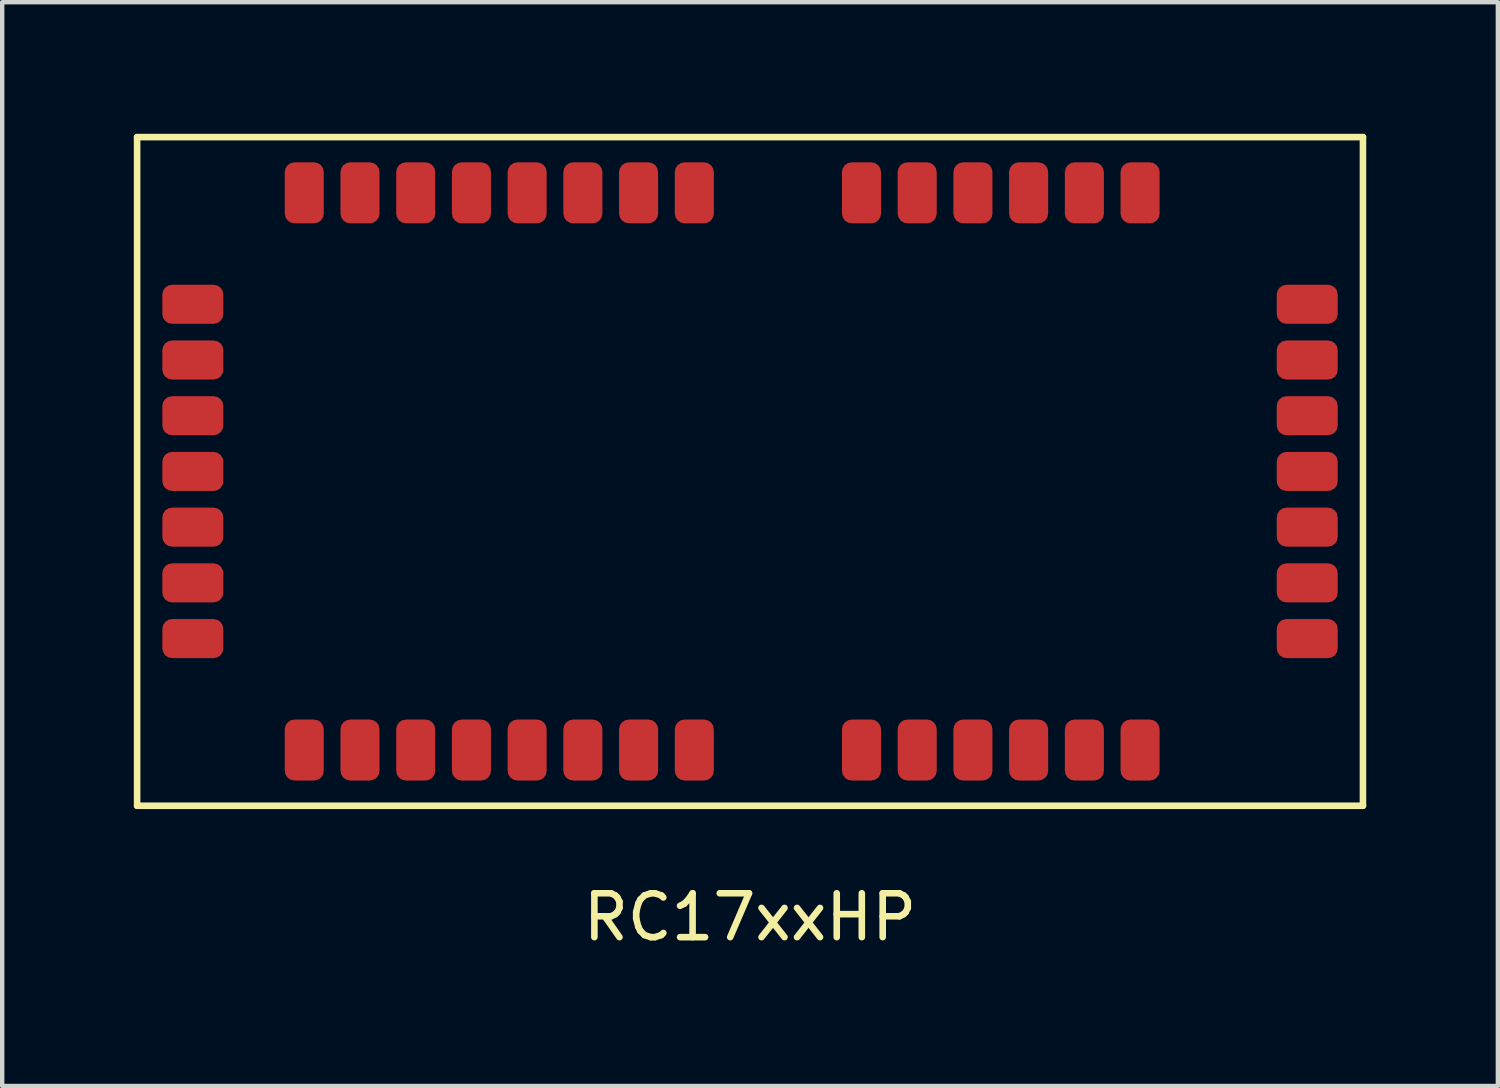
<source format=kicad_pcb>
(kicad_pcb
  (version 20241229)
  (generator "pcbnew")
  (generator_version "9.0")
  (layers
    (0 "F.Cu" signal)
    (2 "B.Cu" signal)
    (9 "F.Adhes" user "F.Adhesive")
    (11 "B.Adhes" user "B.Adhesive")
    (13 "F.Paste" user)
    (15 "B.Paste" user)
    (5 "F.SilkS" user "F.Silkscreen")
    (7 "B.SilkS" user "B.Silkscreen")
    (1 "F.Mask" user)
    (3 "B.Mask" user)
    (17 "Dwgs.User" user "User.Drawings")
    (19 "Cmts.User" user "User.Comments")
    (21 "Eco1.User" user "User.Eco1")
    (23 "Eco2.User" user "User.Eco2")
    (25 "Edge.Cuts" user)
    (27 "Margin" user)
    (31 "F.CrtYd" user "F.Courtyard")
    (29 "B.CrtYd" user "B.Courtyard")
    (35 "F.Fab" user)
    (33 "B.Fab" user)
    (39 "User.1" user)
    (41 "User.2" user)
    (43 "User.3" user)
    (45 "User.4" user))
  (footprint "RC17xxHP"
    (layer "F.Cu")
    (at 14.045 7.695)
    (property "Reference" "RC17xxHP" (at 0 10.16 0) (layer "F.SilkS") (effects (font (size 1 1) (thickness 0.15))))
    (attr through_hole)
    (fp_line (start -13.97 -7.62) (end -13.97 7.62) (stroke (width 0.15) (type solid)) (layer "F.SilkS"))
    (fp_line (start -13.97 7.62) (end 13.97 7.62) (stroke (width 0.15) (type solid)) (layer "F.SilkS"))
    (fp_line (start 13.97 -7.62) (end -13.97 -7.62) (stroke (width 0.15) (type solid)) (layer "F.SilkS"))
    (fp_line (start 13.97 7.62) (end 13.97 -7.62) (stroke (width 0.15) (type solid)) (layer "F.SilkS"))
    (pad "1" smd roundrect (at -12.7 -3.81 90) (size 0.89 1.39) (layers "F.Cu" "F.Mask" "F.Paste") (roundrect_rratio 0.25))
    (pad "2" smd roundrect (at -12.7 -2.54 90) (size 0.89 1.39) (layers "F.Cu" "F.Mask" "F.Paste") (roundrect_rratio 0.25))
    (pad "3" smd roundrect (at -12.7 -1.27 90) (size 0.89 1.39) (layers "F.Cu" "F.Mask" "F.Paste") (roundrect_rratio 0.25))
    (pad "4" smd roundrect (at -12.7 0 90) (size 0.89 1.39) (layers "F.Cu" "F.Mask" "F.Paste") (roundrect_rratio 0.25))
    (pad "5" smd roundrect (at -12.7 1.27 90) (size 0.89 1.39) (layers "F.Cu" "F.Mask" "F.Paste") (roundrect_rratio 0.25))
    (pad "6" smd roundrect (at -12.7 2.54 90) (size 0.89 1.39) (layers "F.Cu" "F.Mask" "F.Paste") (roundrect_rratio 0.25))
    (pad "7" smd roundrect (at -12.7 3.81 90) (size 0.89 1.39) (layers "F.Cu" "F.Mask" "F.Paste") (roundrect_rratio 0.25))
    (pad "8" smd roundrect (at 12.7 3.81 90) (size 0.89 1.39) (layers "F.Cu" "F.Mask" "F.Paste") (roundrect_rratio 0.25))
    (pad "9" smd roundrect (at 12.7 2.54 90) (size 0.89 1.39) (layers "F.Cu" "F.Mask" "F.Paste") (roundrect_rratio 0.25))
    (pad "10" smd roundrect (at 12.7 1.27 270) (size 0.89 1.39) (layers "F.Cu" "F.Mask" "F.Paste") (roundrect_rratio 0.25))
    (pad "11" smd roundrect (at 12.7 0 90) (size 0.89 1.39) (layers "F.Cu" "F.Mask" "F.Paste") (roundrect_rratio 0.25))
    (pad "12" smd roundrect (at 12.7 -1.27 90) (size 0.89 1.39) (layers "F.Cu" "F.Mask" "F.Paste") (roundrect_rratio 0.25))
    (pad "13" smd roundrect (at 12.7 -2.54 90) (size 0.89 1.39) (layers "F.Cu" "F.Mask" "F.Paste") (roundrect_rratio 0.25))
    (pad "14" smd roundrect (at 12.7 -3.81 90) (size 0.89 1.39) (layers "F.Cu" "F.Mask" "F.Paste") (roundrect_rratio 0.25))
    (pad "15" smd roundrect (at -10.16 6.35 180) (size 0.89 1.39) (layers "F.Cu" "F.Mask" "F.Paste") (roundrect_rratio 0.25))
    (pad "16" smd roundrect (at -8.89 6.35 180) (size 0.89 1.39) (layers "F.Cu" "F.Mask" "F.Paste") (roundrect_rratio 0.25))
    (pad "17" smd roundrect (at -7.62 6.35 180) (size 0.89 1.39) (layers "F.Cu" "F.Mask" "F.Paste") (roundrect_rratio 0.25))
    (pad "18" smd roundrect (at -6.35 6.35 180) (size 0.89 1.39) (layers "F.Cu" "F.Mask" "F.Paste") (roundrect_rratio 0.25))
    (pad "19" smd roundrect (at -5.08 6.35 180) (size 0.89 1.39) (layers "F.Cu" "F.Mask" "F.Paste") (roundrect_rratio 0.25))
    (pad "20" smd roundrect (at -3.81 6.35) (size 0.89 1.39) (layers "F.Cu" "F.Mask" "F.Paste") (roundrect_rratio 0.25))
    (pad "21" smd roundrect (at -2.54 6.35 180) (size 0.89 1.39) (layers "F.Cu" "F.Mask" "F.Paste") (roundrect_rratio 0.25))
    (pad "22" smd roundrect (at -1.27 6.35 180) (size 0.89 1.39) (layers "F.Cu" "F.Mask" "F.Paste") (roundrect_rratio 0.25))
    (pad "23" smd roundrect (at -1.27 -6.35 180) (size 0.89 1.39) (layers "F.Cu" "F.Mask" "F.Paste") (roundrect_rratio 0.25))
    (pad "24" smd roundrect (at -2.54 -6.35 180) (size 0.89 1.39) (layers "F.Cu" "F.Mask" "F.Paste") (roundrect_rratio 0.25))
    (pad "25" smd roundrect (at -3.81 -6.35 180) (size 0.89 1.39) (layers "F.Cu" "F.Mask" "F.Paste") (roundrect_rratio 0.25))
    (pad "26" smd roundrect (at -5.08 -6.35 180) (size 0.89 1.39) (layers "F.Cu" "F.Mask" "F.Paste") (roundrect_rratio 0.25))
    (pad "27" smd roundrect (at -6.35 -6.35 180) (size 0.89 1.39) (layers "F.Cu" "F.Mask" "F.Paste") (roundrect_rratio 0.25))
    (pad "28" smd roundrect (at -7.62 -6.35 180) (size 0.89 1.39) (layers "F.Cu" "F.Mask" "F.Paste") (roundrect_rratio 0.25))
    (pad "29" smd roundrect (at -8.89 -6.35 180) (size 0.89 1.39) (layers "F.Cu" "F.Mask" "F.Paste") (roundrect_rratio 0.25))
    (pad "30" smd roundrect (at -10.16 -6.35 180) (size 0.89 1.39) (layers "F.Cu" "F.Mask" "F.Paste") (roundrect_rratio 0.25))
    (pad "31" smd roundrect (at 2.54 -6.35 180) (size 0.89 1.39) (layers "F.Cu" "F.Mask" "F.Paste") (roundrect_rratio 0.25))
    (pad "32" smd roundrect (at 2.54 6.35 180) (size 0.89 1.39) (layers "F.Cu" "F.Mask" "F.Paste") (roundrect_rratio 0.25))
    (pad "33" smd roundrect (at 3.81 -6.35 180) (size 0.89 1.39) (layers "F.Cu" "F.Mask" "F.Paste") (roundrect_rratio 0.25))
    (pad "34" smd roundrect (at 3.81 6.35 180) (size 0.89 1.39) (layers "F.Cu" "F.Mask" "F.Paste") (roundrect_rratio 0.25))
    (pad "35" smd roundrect (at 5.08 -6.35 180) (size 0.89 1.39) (layers "F.Cu" "F.Mask" "F.Paste") (roundrect_rratio 0.25))
    (pad "36" smd roundrect (at 5.08 6.35 180) (size 0.89 1.39) (layers "F.Cu" "F.Mask" "F.Paste") (roundrect_rratio 0.25))
    (pad "37" smd roundrect (at 6.35 -6.35 180) (size 0.89 1.39) (layers "F.Cu" "F.Mask" "F.Paste") (roundrect_rratio 0.25))
    (pad "38" smd roundrect (at 6.35 6.35) (size 0.89 1.39) (layers "F.Cu" "F.Mask" "F.Paste") (roundrect_rratio 0.25))
    (pad "39" smd roundrect (at 7.62 -6.35) (size 0.89 1.39) (layers "F.Cu" "F.Mask" "F.Paste") (roundrect_rratio 0.25))
    (pad "40" smd roundrect (at 7.62 6.35 180) (size 0.89 1.39) (layers "F.Cu" "F.Mask" "F.Paste") (roundrect_rratio 0.25))
    (pad "41" smd roundrect (at 8.89 -6.35 180) (size 0.89 1.39) (layers "F.Cu" "F.Mask" "F.Paste") (roundrect_rratio 0.25))
    (pad "42" smd roundrect (at 8.89 6.35 180) (size 0.89 1.39) (layers "F.Cu" "F.Mask" "F.Paste") (roundrect_rratio 0.25)))
  (gr_rect
    (start -3 -3)
    (end 31.09 21.703)
    (stroke (width 0.1) (type default))
    (fill no)
    (layer "Edge.Cuts")))
</source>
